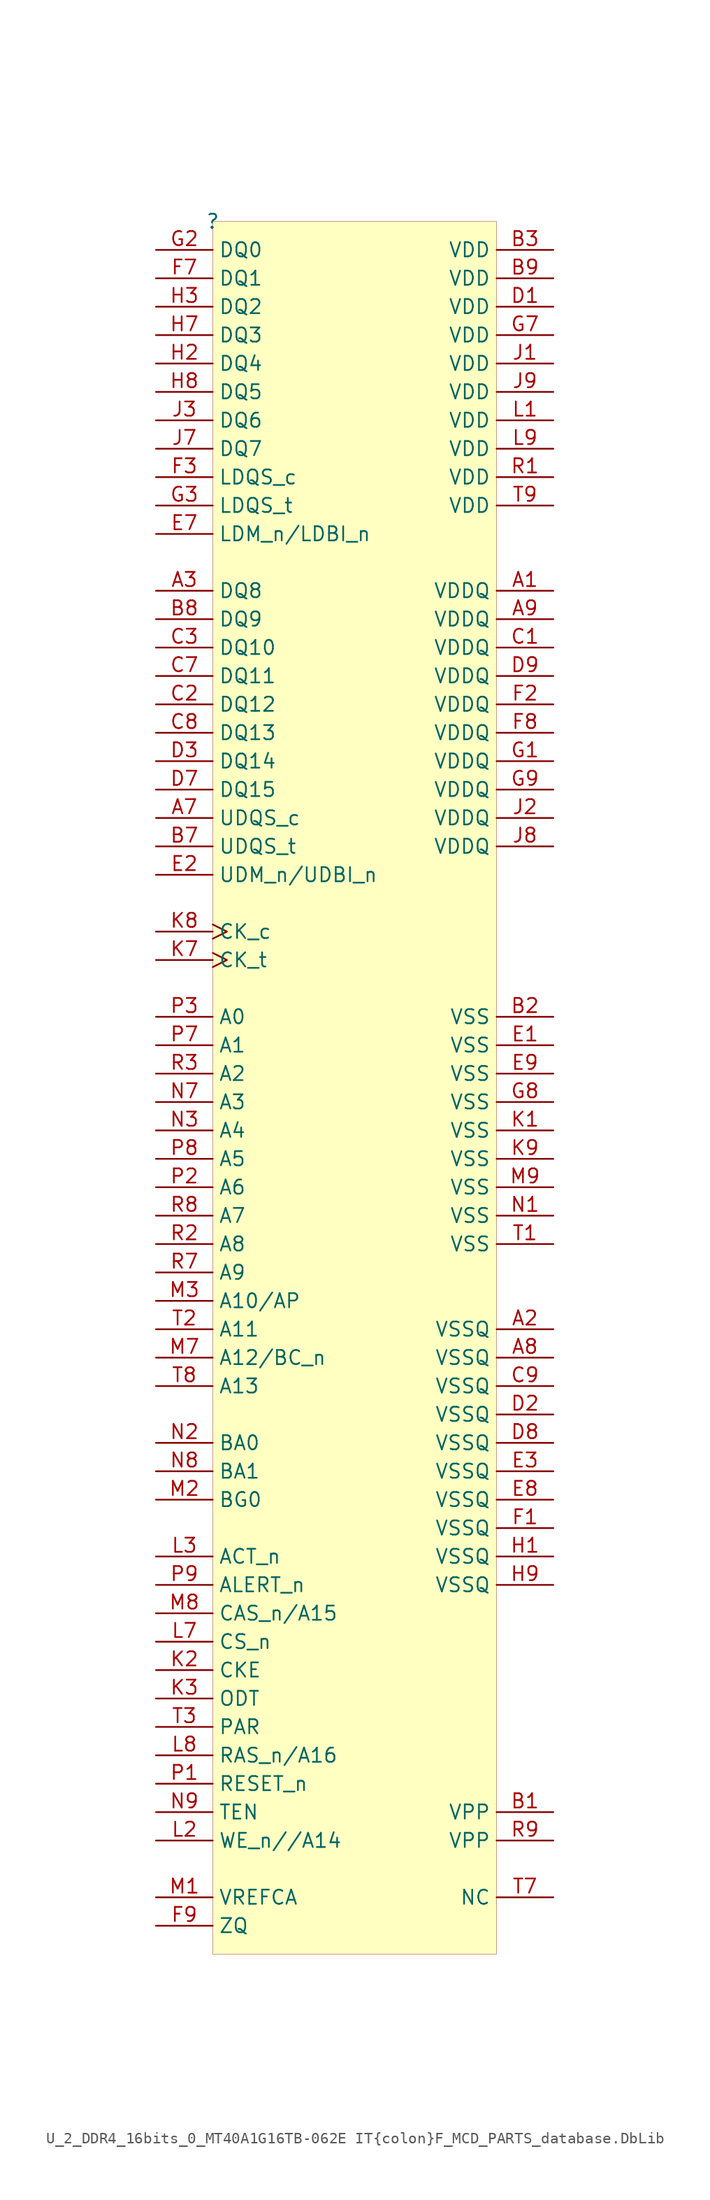
<source format=kicad_sym>
(kicad_symbol_lib
  (version 20241209)
  (generator "kicad_symbol_editor")
  (generator_version "9.0")
  (symbol "U_2_DDR4_16bits_0_MT40A1G16TB-062E IT{colon}F_MCD_PARTS_database.DbLib"
    (property "Reference" ""
      (at 0 0 0)
      (effects (font (size 1.27 1.27))))
    (property "Value" ""
      (at 0 0 0)
      (effects (font (size 1.27 1.27))))
    (symbol "U_2_DDR4_16bits_0_MT40A1G16TB-062E IT{colon}F_MCD_PARTS_database.DbLib_1_0"
      (rectangle (start 25.4 0) (end 0 -154.94) (stroke (width 0.025) (type solid) (color 128 0 0 1)) (fill (type background)))
      (pin bidirectional line (at -5.08 -2.54 0) (length 5.08) (name "DQ0" (effects (font (size 1.27 1.27)))) (number "G2" (effects (font (size 1.27 1.27)))))
      (pin bidirectional line (at -5.08 -5.08 0) (length 5.08) (name "DQ1" (effects (font (size 1.27 1.27)))) (number "F7" (effects (font (size 1.27 1.27)))))
      (pin bidirectional line (at -5.08 -7.62 0) (length 5.08) (name "DQ2" (effects (font (size 1.27 1.27)))) (number "H3" (effects (font (size 1.27 1.27)))))
      (pin bidirectional line (at -5.08 -10.16 0) (length 5.08) (name "DQ3" (effects (font (size 1.27 1.27)))) (number "H7" (effects (font (size 1.27 1.27)))))
      (pin bidirectional line (at -5.08 -12.7 0) (length 5.08) (name "DQ4" (effects (font (size 1.27 1.27)))) (number "H2" (effects (font (size 1.27 1.27)))))
      (pin bidirectional line (at -5.08 -15.24 0) (length 5.08) (name "DQ5" (effects (font (size 1.27 1.27)))) (number "H8" (effects (font (size 1.27 1.27)))))
      (pin bidirectional line (at -5.08 -17.78 0) (length 5.08) (name "DQ6" (effects (font (size 1.27 1.27)))) (number "J3" (effects (font (size 1.27 1.27)))))
      (pin bidirectional line (at -5.08 -20.32 0) (length 5.08) (name "DQ7" (effects (font (size 1.27 1.27)))) (number "J7" (effects (font (size 1.27 1.27)))))
      (pin bidirectional line (at -5.08 -22.86 0) (length 5.08) (name "LDQS_c" (effects (font (size 1.27 1.27)))) (number "F3" (effects (font (size 1.27 1.27)))))
      (pin bidirectional line (at -5.08 -25.4 0) (length 5.08) (name "LDQS_t" (effects (font (size 1.27 1.27)))) (number "G3" (effects (font (size 1.27 1.27)))))
      (pin input line (at -5.08 -27.94 0) (length 5.08) (name "LDM_n/LDBI_n" (effects (font (size 1.27 1.27)))) (number "E7" (effects (font (size 1.27 1.27)))))
      (pin bidirectional line (at -5.08 -33.02 0) (length 5.08) (name "DQ8" (effects (font (size 1.27 1.27)))) (number "A3" (effects (font (size 1.27 1.27)))))
      (pin bidirectional line (at -5.08 -35.56 0) (length 5.08) (name "DQ9" (effects (font (size 1.27 1.27)))) (number "B8" (effects (font (size 1.27 1.27)))))
      (pin bidirectional line (at -5.08 -38.1 0) (length 5.08) (name "DQ10" (effects (font (size 1.27 1.27)))) (number "C3" (effects (font (size 1.27 1.27)))))
      (pin bidirectional line (at -5.08 -40.64 0) (length 5.08) (name "DQ11" (effects (font (size 1.27 1.27)))) (number "C7" (effects (font (size 1.27 1.27)))))
      (pin bidirectional line (at -5.08 -43.18 0) (length 5.08) (name "DQ12" (effects (font (size 1.27 1.27)))) (number "C2" (effects (font (size 1.27 1.27)))))
      (pin bidirectional line (at -5.08 -45.72 0) (length 5.08) (name "DQ13" (effects (font (size 1.27 1.27)))) (number "C8" (effects (font (size 1.27 1.27)))))
      (pin bidirectional line (at -5.08 -48.26 0) (length 5.08) (name "DQ14" (effects (font (size 1.27 1.27)))) (number "D3" (effects (font (size 1.27 1.27)))))
      (pin bidirectional line (at -5.08 -50.8 0) (length 5.08) (name "DQ15" (effects (font (size 1.27 1.27)))) (number "D7" (effects (font (size 1.27 1.27)))))
      (pin bidirectional line (at -5.08 -53.34 0) (length 5.08) (name "UDQS_c" (effects (font (size 1.27 1.27)))) (number "A7" (effects (font (size 1.27 1.27)))))
      (pin bidirectional line (at -5.08 -55.88 0) (length 5.08) (name "UDQS_t" (effects (font (size 1.27 1.27)))) (number "B7" (effects (font (size 1.27 1.27)))))
      (pin input line (at -5.08 -58.42 0) (length 5.08) (name "UDM_n/UDBI_n" (effects (font (size 1.27 1.27)))) (number "E2" (effects (font (size 1.27 1.27)))))
      (pin input clock (at -5.08 -63.5 0) (length 5.08) (name "CK_c" (effects (font (size 1.27 1.27)))) (number "K8" (effects (font (size 1.27 1.27)))))
      (pin input clock (at -5.08 -66.04 0) (length 5.08) (name "CK_t" (effects (font (size 1.27 1.27)))) (number "K7" (effects (font (size 1.27 1.27)))))
      (pin input line (at -5.08 -71.12 0) (length 5.08) (name "A0" (effects (font (size 1.27 1.27)))) (number "P3" (effects (font (size 1.27 1.27)))))
      (pin input line (at -5.08 -73.66 0) (length 5.08) (name "A1" (effects (font (size 1.27 1.27)))) (number "P7" (effects (font (size 1.27 1.27)))))
      (pin input line (at -5.08 -76.2 0) (length 5.08) (name "A2" (effects (font (size 1.27 1.27)))) (number "R3" (effects (font (size 1.27 1.27)))))
      (pin input line (at -5.08 -78.74 0) (length 5.08) (name "A3" (effects (font (size 1.27 1.27)))) (number "N7" (effects (font (size 1.27 1.27)))))
      (pin input line (at -5.08 -81.28 0) (length 5.08) (name "A4" (effects (font (size 1.27 1.27)))) (number "N3" (effects (font (size 1.27 1.27)))))
      (pin input line (at -5.08 -83.82 0) (length 5.08) (name "A5" (effects (font (size 1.27 1.27)))) (number "P8" (effects (font (size 1.27 1.27)))))
      (pin input line (at -5.08 -86.36 0) (length 5.08) (name "A6" (effects (font (size 1.27 1.27)))) (number "P2" (effects (font (size 1.27 1.27)))))
      (pin input line (at -5.08 -88.9 0) (length 5.08) (name "A7" (effects (font (size 1.27 1.27)))) (number "R8" (effects (font (size 1.27 1.27)))))
      (pin input line (at -5.08 -91.44 0) (length 5.08) (name "A8" (effects (font (size 1.27 1.27)))) (number "R2" (effects (font (size 1.27 1.27)))))
      (pin input line (at -5.08 -93.98 0) (length 5.08) (name "A9" (effects (font (size 1.27 1.27)))) (number "R7" (effects (font (size 1.27 1.27)))))
      (pin input line (at -5.08 -96.52 0) (length 5.08) (name "A10/AP" (effects (font (size 1.27 1.27)))) (number "M3" (effects (font (size 1.27 1.27)))))
      (pin input line (at -5.08 -99.06 0) (length 5.08) (name "A11" (effects (font (size 1.27 1.27)))) (number "T2" (effects (font (size 1.27 1.27)))))
      (pin input line (at -5.08 -101.6 0) (length 5.08) (name "A12/BC_n" (effects (font (size 1.27 1.27)))) (number "M7" (effects (font (size 1.27 1.27)))))
      (pin input line (at -5.08 -104.14 0) (length 5.08) (name "A13" (effects (font (size 1.27 1.27)))) (number "T8" (effects (font (size 1.27 1.27)))))
      (pin input line (at -5.08 -109.22 0) (length 5.08) (name "BA0" (effects (font (size 1.27 1.27)))) (number "N2" (effects (font (size 1.27 1.27)))))
      (pin input line (at -5.08 -111.76 0) (length 5.08) (name "BA1" (effects (font (size 1.27 1.27)))) (number "N8" (effects (font (size 1.27 1.27)))))
      (pin input line (at -5.08 -114.3 0) (length 5.08) (name "BG0" (effects (font (size 1.27 1.27)))) (number "M2" (effects (font (size 1.27 1.27)))))
      (pin input line (at -5.08 -119.38 0) (length 5.08) (name "ACT_n" (effects (font (size 1.27 1.27)))) (number "L3" (effects (font (size 1.27 1.27)))))
      (pin output line (at -5.08 -121.92 0) (length 5.08) (name "ALERT_n" (effects (font (size 1.27 1.27)))) (number "P9" (effects (font (size 1.27 1.27)))))
      (pin input line (at -5.08 -124.46 0) (length 5.08) (name "CAS_n/A15" (effects (font (size 1.27 1.27)))) (number "M8" (effects (font (size 1.27 1.27)))))
      (pin input line (at -5.08 -127 0) (length 5.08) (name "CS_n" (effects (font (size 1.27 1.27)))) (number "L7" (effects (font (size 1.27 1.27)))))
      (pin input line (at -5.08 -129.54 0) (length 5.08) (name "CKE" (effects (font (size 1.27 1.27)))) (number "K2" (effects (font (size 1.27 1.27)))))
      (pin input line (at -5.08 -132.08 0) (length 5.08) (name "ODT" (effects (font (size 1.27 1.27)))) (number "K3" (effects (font (size 1.27 1.27)))))
      (pin input line (at -5.08 -134.62 0) (length 5.08) (name "PAR" (effects (font (size 1.27 1.27)))) (number "T3" (effects (font (size 1.27 1.27)))))
      (pin input line (at -5.08 -137.16 0) (length 5.08) (name "RAS_n/A16" (effects (font (size 1.27 1.27)))) (number "L8" (effects (font (size 1.27 1.27)))))
      (pin input line (at -5.08 -139.7 0) (length 5.08) (name "RESET_n" (effects (font (size 1.27 1.27)))) (number "P1" (effects (font (size 1.27 1.27)))))
      (pin input line (at -5.08 -142.24 0) (length 5.08) (name "TEN" (effects (font (size 1.27 1.27)))) (number "N9" (effects (font (size 1.27 1.27)))))
      (pin input line (at -5.08 -144.78 0) (length 5.08) (name "WE_n//A14" (effects (font (size 1.27 1.27)))) (number "L2" (effects (font (size 1.27 1.27)))))
      (pin input line (at -5.08 -149.86 0) (length 5.08) (name "VREFCA" (effects (font (size 1.27 1.27)))) (number "M1" (effects (font (size 1.27 1.27)))))
      (pin input line (at -5.08 -152.4 0) (length 5.08) (name "ZQ" (effects (font (size 1.27 1.27)))) (number "F9" (effects (font (size 1.27 1.27)))))
      (pin power_in line (at 30.48 -2.54 180) (length 5.08) (name "VDD" (effects (font (size 1.27 1.27)))) (number "B3" (effects (font (size 1.27 1.27)))))
      (pin power_in line (at 30.48 -5.08 180) (length 5.08) (name "VDD" (effects (font (size 1.27 1.27)))) (number "B9" (effects (font (size 1.27 1.27)))))
      (pin power_in line (at 30.48 -7.62 180) (length 5.08) (name "VDD" (effects (font (size 1.27 1.27)))) (number "D1" (effects (font (size 1.27 1.27)))))
      (pin power_in line (at 30.48 -10.16 180) (length 5.08) (name "VDD" (effects (font (size 1.27 1.27)))) (number "G7" (effects (font (size 1.27 1.27)))))
      (pin power_in line (at 30.48 -12.7 180) (length 5.08) (name "VDD" (effects (font (size 1.27 1.27)))) (number "J1" (effects (font (size 1.27 1.27)))))
      (pin power_in line (at 30.48 -15.24 180) (length 5.08) (name "VDD" (effects (font (size 1.27 1.27)))) (number "J9" (effects (font (size 1.27 1.27)))))
      (pin power_in line (at 30.48 -17.78 180) (length 5.08) (name "VDD" (effects (font (size 1.27 1.27)))) (number "L1" (effects (font (size 1.27 1.27)))))
      (pin power_in line (at 30.48 -20.32 180) (length 5.08) (name "VDD" (effects (font (size 1.27 1.27)))) (number "L9" (effects (font (size 1.27 1.27)))))
      (pin power_in line (at 30.48 -22.86 180) (length 5.08) (name "VDD" (effects (font (size 1.27 1.27)))) (number "R1" (effects (font (size 1.27 1.27)))))
      (pin power_in line (at 30.48 -25.4 180) (length 5.08) (name "VDD" (effects (font (size 1.27 1.27)))) (number "T9" (effects (font (size 1.27 1.27)))))
      (pin power_in line (at 30.48 -33.02 180) (length 5.08) (name "VDDQ" (effects (font (size 1.27 1.27)))) (number "A1" (effects (font (size 1.27 1.27)))))
      (pin power_in line (at 30.48 -35.56 180) (length 5.08) (name "VDDQ" (effects (font (size 1.27 1.27)))) (number "A9" (effects (font (size 1.27 1.27)))))
      (pin power_in line (at 30.48 -38.1 180) (length 5.08) (name "VDDQ" (effects (font (size 1.27 1.27)))) (number "C1" (effects (font (size 1.27 1.27)))))
      (pin power_in line (at 30.48 -40.64 180) (length 5.08) (name "VDDQ" (effects (font (size 1.27 1.27)))) (number "D9" (effects (font (size 1.27 1.27)))))
      (pin power_in line (at 30.48 -43.18 180) (length 5.08) (name "VDDQ" (effects (font (size 1.27 1.27)))) (number "F2" (effects (font (size 1.27 1.27)))))
      (pin power_in line (at 30.48 -45.72 180) (length 5.08) (name "VDDQ" (effects (font (size 1.27 1.27)))) (number "F8" (effects (font (size 1.27 1.27)))))
      (pin power_in line (at 30.48 -48.26 180) (length 5.08) (name "VDDQ" (effects (font (size 1.27 1.27)))) (number "G1" (effects (font (size 1.27 1.27)))))
      (pin power_in line (at 30.48 -50.8 180) (length 5.08) (name "VDDQ" (effects (font (size 1.27 1.27)))) (number "G9" (effects (font (size 1.27 1.27)))))
      (pin power_in line (at 30.48 -53.34 180) (length 5.08) (name "VDDQ" (effects (font (size 1.27 1.27)))) (number "J2" (effects (font (size 1.27 1.27)))))
      (pin power_in line (at 30.48 -55.88 180) (length 5.08) (name "VDDQ" (effects (font (size 1.27 1.27)))) (number "J8" (effects (font (size 1.27 1.27)))))
      (pin power_in line (at 30.48 -71.12 180) (length 5.08) (name "VSS" (effects (font (size 1.27 1.27)))) (number "B2" (effects (font (size 1.27 1.27)))))
      (pin power_in line (at 30.48 -73.66 180) (length 5.08) (name "VSS" (effects (font (size 1.27 1.27)))) (number "E1" (effects (font (size 1.27 1.27)))))
      (pin power_in line (at 30.48 -76.2 180) (length 5.08) (name "VSS" (effects (font (size 1.27 1.27)))) (number "E9" (effects (font (size 1.27 1.27)))))
      (pin power_in line (at 30.48 -78.74 180) (length 5.08) (name "VSS" (effects (font (size 1.27 1.27)))) (number "G8" (effects (font (size 1.27 1.27)))))
      (pin power_in line (at 30.48 -81.28 180) (length 5.08) (name "VSS" (effects (font (size 1.27 1.27)))) (number "K1" (effects (font (size 1.27 1.27)))))
      (pin power_in line (at 30.48 -83.82 180) (length 5.08) (name "VSS" (effects (font (size 1.27 1.27)))) (number "K9" (effects (font (size 1.27 1.27)))))
      (pin power_in line (at 30.48 -86.36 180) (length 5.08) (name "VSS" (effects (font (size 1.27 1.27)))) (number "M9" (effects (font (size 1.27 1.27)))))
      (pin power_in line (at 30.48 -88.9 180) (length 5.08) (name "VSS" (effects (font (size 1.27 1.27)))) (number "N1" (effects (font (size 1.27 1.27)))))
      (pin power_in line (at 30.48 -91.44 180) (length 5.08) (name "VSS" (effects (font (size 1.27 1.27)))) (number "T1" (effects (font (size 1.27 1.27)))))
      (pin power_in line (at 30.48 -99.06 180) (length 5.08) (name "VSSQ" (effects (font (size 1.27 1.27)))) (number "A2" (effects (font (size 1.27 1.27)))))
      (pin power_in line (at 30.48 -101.6 180) (length 5.08) (name "VSSQ" (effects (font (size 1.27 1.27)))) (number "A8" (effects (font (size 1.27 1.27)))))
      (pin power_in line (at 30.48 -104.14 180) (length 5.08) (name "VSSQ" (effects (font (size 1.27 1.27)))) (number "C9" (effects (font (size 1.27 1.27)))))
      (pin power_in line (at 30.48 -106.68 180) (length 5.08) (name "VSSQ" (effects (font (size 1.27 1.27)))) (number "D2" (effects (font (size 1.27 1.27)))))
      (pin power_in line (at 30.48 -109.22 180) (length 5.08) (name "VSSQ" (effects (font (size 1.27 1.27)))) (number "D8" (effects (font (size 1.27 1.27)))))
      (pin power_in line (at 30.48 -111.76 180) (length 5.08) (name "VSSQ" (effects (font (size 1.27 1.27)))) (number "E3" (effects (font (size 1.27 1.27)))))
      (pin power_in line (at 30.48 -114.3 180) (length 5.08) (name "VSSQ" (effects (font (size 1.27 1.27)))) (number "E8" (effects (font (size 1.27 1.27)))))
      (pin power_in line (at 30.48 -116.84 180) (length 5.08) (name "VSSQ" (effects (font (size 1.27 1.27)))) (number "F1" (effects (font (size 1.27 1.27)))))
      (pin power_in line (at 30.48 -119.38 180) (length 5.08) (name "VSSQ" (effects (font (size 1.27 1.27)))) (number "H1" (effects (font (size 1.27 1.27)))))
      (pin power_in line (at 30.48 -121.92 180) (length 5.08) (name "VSSQ" (effects (font (size 1.27 1.27)))) (number "H9" (effects (font (size 1.27 1.27)))))
      (pin power_in line (at 30.48 -142.24 180) (length 5.08) (name "VPP" (effects (font (size 1.27 1.27)))) (number "B1" (effects (font (size 1.27 1.27)))))
      (pin power_in line (at 30.48 -144.78 180) (length 5.08) (name "VPP" (effects (font (size 1.27 1.27)))) (number "R9" (effects (font (size 1.27 1.27)))))
      (pin input line (at 30.48 -149.86 180) (length 5.08) (name "NC" (effects (font (size 1.27 1.27)))) (number "T7" (effects (font (size 1.27 1.27))))))))
</source>
